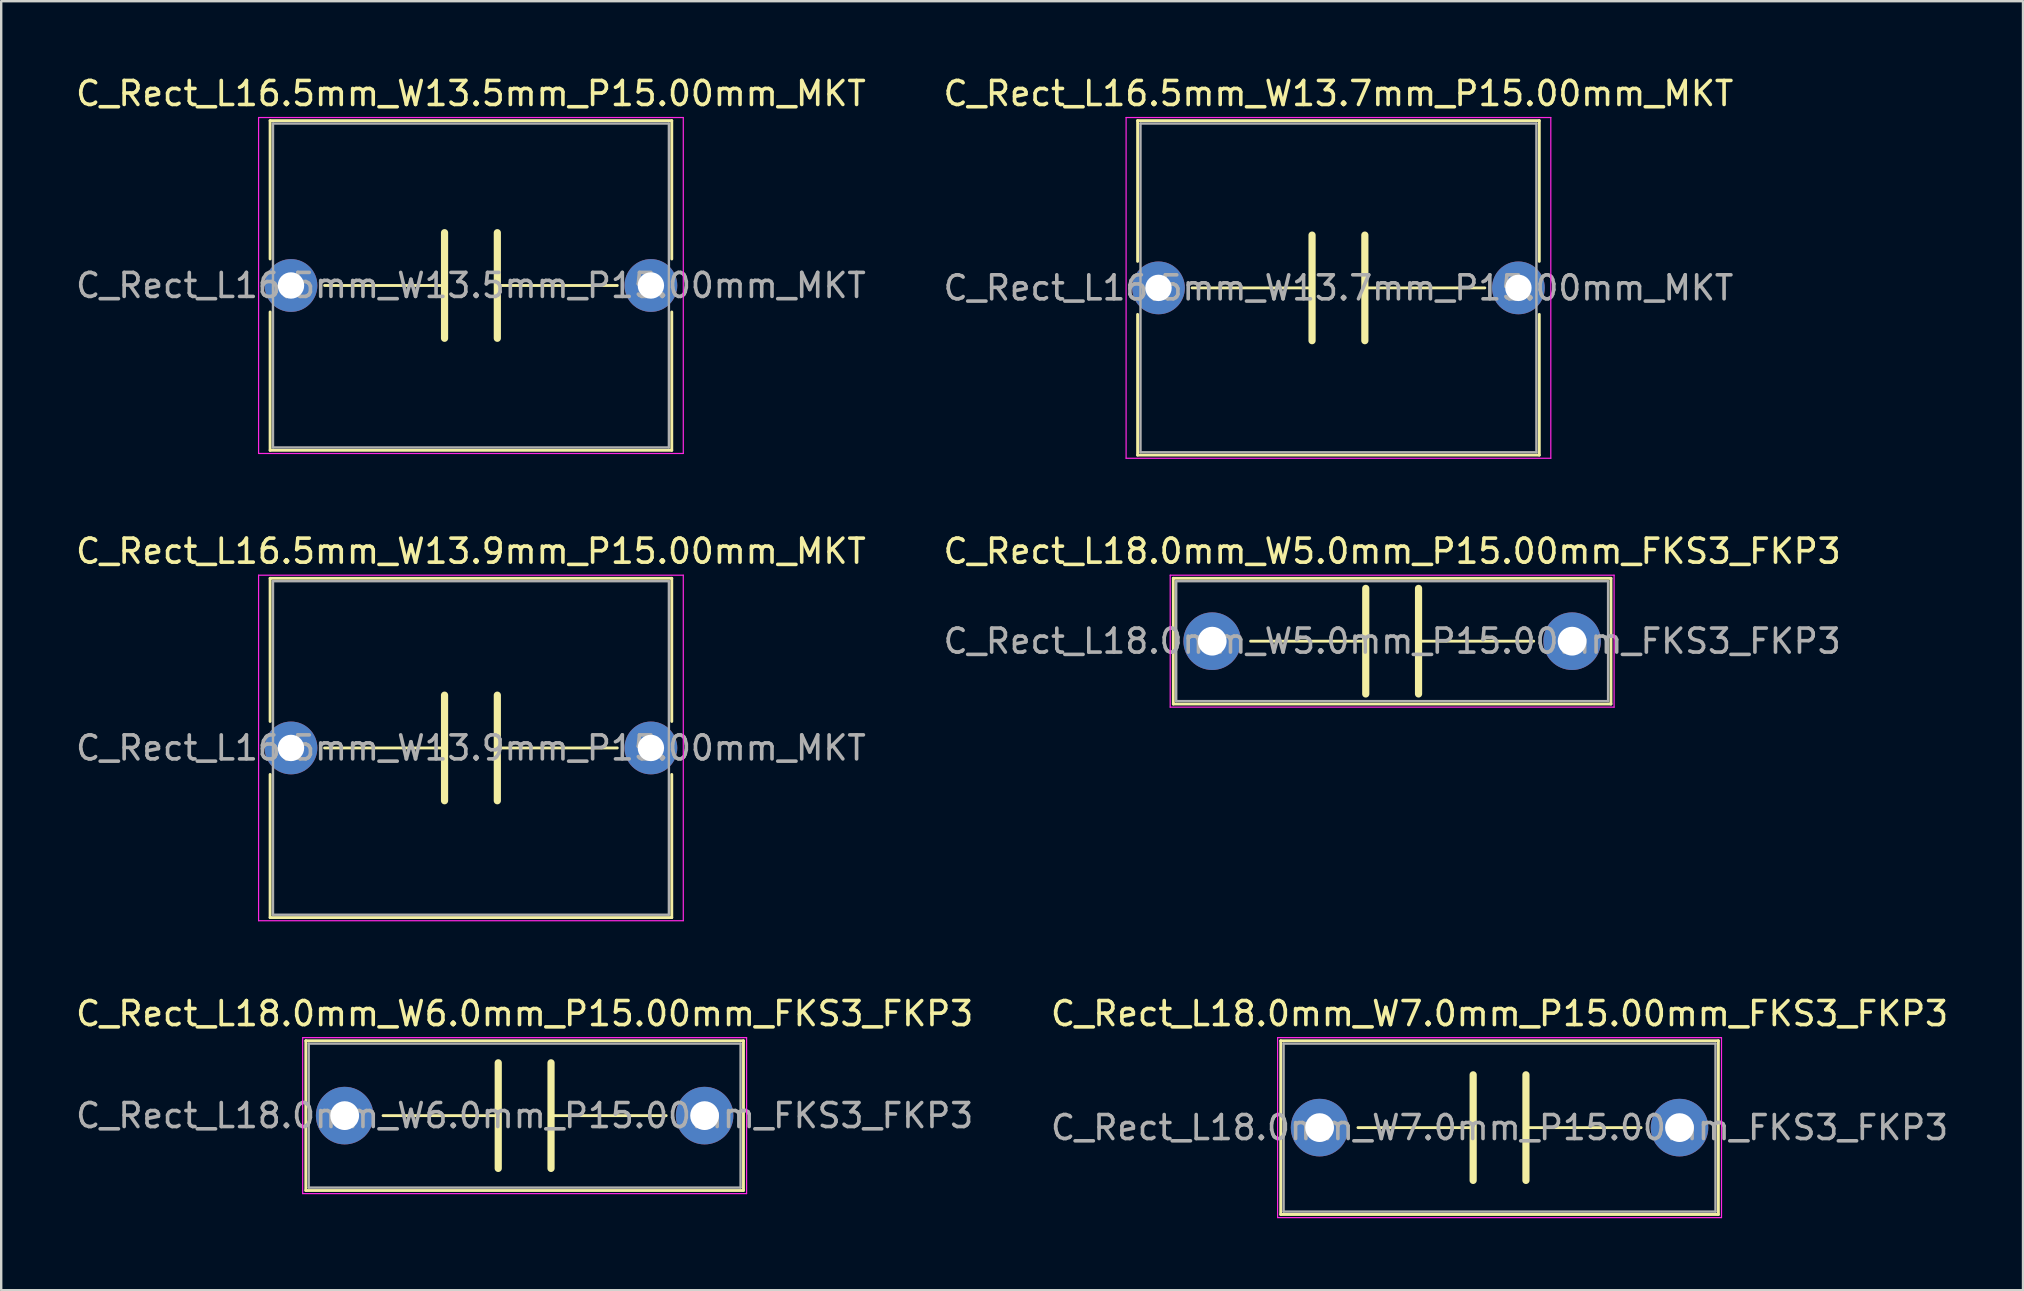
<source format=kicad_pcb>
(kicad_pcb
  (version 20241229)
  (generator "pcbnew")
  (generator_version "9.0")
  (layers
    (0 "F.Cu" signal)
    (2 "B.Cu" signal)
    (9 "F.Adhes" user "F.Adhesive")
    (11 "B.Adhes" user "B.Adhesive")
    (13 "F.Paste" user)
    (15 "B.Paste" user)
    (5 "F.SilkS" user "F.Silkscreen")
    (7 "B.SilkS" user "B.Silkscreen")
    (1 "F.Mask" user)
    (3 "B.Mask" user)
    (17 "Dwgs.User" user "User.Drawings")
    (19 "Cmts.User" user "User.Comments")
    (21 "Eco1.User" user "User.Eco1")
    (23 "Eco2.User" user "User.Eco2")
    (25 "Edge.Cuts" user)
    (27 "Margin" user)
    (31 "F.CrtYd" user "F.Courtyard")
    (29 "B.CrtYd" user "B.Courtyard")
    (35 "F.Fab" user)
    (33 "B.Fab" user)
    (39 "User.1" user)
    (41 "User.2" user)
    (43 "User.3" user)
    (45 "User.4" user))
  (footprint "C_Rect_L18.0mm_W6.0mm_P15.00mm_FKS3_FKP3"
    (layer "F.Cu")
    (at 11.315 43.445)
    (property "Reference" "C_Rect_L18.0mm_W6.0mm_P15.00mm_FKS3_FKP3" (at 7.5 -4.25 0) (layer "F.SilkS") (effects (font (size 1 1) (thickness 0.15))))
    (attr through_hole)
    (fp_line (start -1.62 -3.12) (end -1.62 3.12) (stroke (width 0.12) (type solid)) (layer "F.SilkS"))
    (fp_line (start -1.62 -3.12) (end 16.62 -3.12) (stroke (width 0.12) (type solid)) (layer "F.SilkS"))
    (fp_line (start -1.62 3.12) (end 16.62 3.12) (stroke (width 0.12) (type solid)) (layer "F.SilkS"))
    (fp_line (start 1.6 0) (end 6.4 0) (stroke (width 0.12) (type solid)) (layer "F.SilkS"))
    (fp_line (start 6.4 -2.2) (end 6.4 2.2) (stroke (width 0.3) (type solid)) (layer "F.SilkS"))
    (fp_line (start 8.6 -2.2) (end 8.6 2.2) (stroke (width 0.3) (type solid)) (layer "F.SilkS"))
    (fp_line (start 8.6 0) (end 13.4 0) (stroke (width 0.12) (type solid)) (layer "F.SilkS"))
    (fp_line (start 16.62 -3.12) (end 16.62 3.12) (stroke (width 0.12) (type solid)) (layer "F.SilkS"))
    (fp_line (start -1.75 -3.25) (end -1.75 3.25) (stroke (width 0.05) (type solid)) (layer "F.CrtYd"))
    (fp_line (start -1.75 3.25) (end 16.75 3.25) (stroke (width 0.05) (type solid)) (layer "F.CrtYd"))
    (fp_line (start 16.75 -3.25) (end -1.75 -3.25) (stroke (width 0.05) (type solid)) (layer "F.CrtYd"))
    (fp_line (start 16.75 3.25) (end 16.75 -3.25) (stroke (width 0.05) (type solid)) (layer "F.CrtYd"))
    (fp_line (start -1.5 -3) (end -1.5 3) (stroke (width 0.1) (type solid)) (layer "F.Fab"))
    (fp_line (start -1.5 3) (end 16.5 3) (stroke (width 0.1) (type solid)) (layer "F.Fab"))
    (fp_line (start 16.5 -3) (end -1.5 -3) (stroke (width 0.1) (type solid)) (layer "F.Fab"))
    (fp_line (start 16.5 3) (end 16.5 -3) (stroke (width 0.1) (type solid)) (layer "F.Fab"))
    (fp_text user "${REFERENCE}" (at 7.5 0 0) (layer "F.Fab") (effects (font (size 1 1) (thickness 0.15))))
    (pad "1" thru_hole circle (at 0 0) (size 2.4 2.4) (drill 1.2) (layers "*.Cu" "*.Mask"))
    (pad "2" thru_hole circle (at 15 0) (size 2.4 2.4) (drill 1.2) (layers "*.Cu" "*.Mask")))
  (footprint "C_Rect_L16.5mm_W13.7mm_P15.00mm_MKT"
    (layer "F.Cu")
    (at 45.232 8.948)
    (property "Reference" "C_Rect_L16.5mm_W13.7mm_P15.00mm_MKT" (at 7.5 -8.1 0) (layer "F.SilkS") (effects (font (size 1 1) (thickness 0.15))))
    (attr through_hole)
    (fp_line (start -0.87 -6.97) (end -0.87 -1.104) (stroke (width 0.12) (type solid)) (layer "F.SilkS"))
    (fp_line (start -0.87 -6.97) (end 15.87 -6.97) (stroke (width 0.12) (type solid)) (layer "F.SilkS"))
    (fp_line (start -0.87 1.104) (end -0.87 6.97) (stroke (width 0.12) (type solid)) (layer "F.SilkS"))
    (fp_line (start -0.87 6.97) (end 15.87 6.97) (stroke (width 0.12) (type solid)) (layer "F.SilkS"))
    (fp_line (start 1.4 0) (end 6.4 0) (stroke (width 0.12) (type solid)) (layer "F.SilkS"))
    (fp_line (start 6.4 -2.2) (end 6.4 2.2) (stroke (width 0.3) (type solid)) (layer "F.SilkS"))
    (fp_line (start 8.6 -2.2) (end 8.6 2.2) (stroke (width 0.3) (type solid)) (layer "F.SilkS"))
    (fp_line (start 8.6 0) (end 13.6 0) (stroke (width 0.12) (type solid)) (layer "F.SilkS"))
    (fp_line (start 15.87 -6.97) (end 15.87 -1.104) (stroke (width 0.12) (type solid)) (layer "F.SilkS"))
    (fp_line (start 15.87 1.104) (end 15.87 6.97) (stroke (width 0.12) (type solid)) (layer "F.SilkS"))
    (fp_line (start -1.35 -7.1) (end -1.35 7.1) (stroke (width 0.05) (type solid)) (layer "F.CrtYd"))
    (fp_line (start -1.35 7.1) (end 16.35 7.1) (stroke (width 0.05) (type solid)) (layer "F.CrtYd"))
    (fp_line (start 16.35 -7.1) (end -1.35 -7.1) (stroke (width 0.05) (type solid)) (layer "F.CrtYd"))
    (fp_line (start 16.35 7.1) (end 16.35 -7.1) (stroke (width 0.05) (type solid)) (layer "F.CrtYd"))
    (fp_line (start -0.75 -6.85) (end -0.75 6.85) (stroke (width 0.1) (type solid)) (layer "F.Fab"))
    (fp_line (start -0.75 6.85) (end 15.75 6.85) (stroke (width 0.1) (type solid)) (layer "F.Fab"))
    (fp_line (start 15.75 -6.85) (end -0.75 -6.85) (stroke (width 0.1) (type solid)) (layer "F.Fab"))
    (fp_line (start 15.75 6.85) (end 15.75 -6.85) (stroke (width 0.1) (type solid)) (layer "F.Fab"))
    (fp_text user "${REFERENCE}" (at 7.5 0 0) (layer "F.Fab") (effects (font (size 1 1) (thickness 0.15))))
    (pad "1" thru_hole circle (at 0 0) (size 2.2 2.2) (drill 1.1) (layers "*.Cu" "*.Mask"))
    (pad "2" thru_hole circle (at 15 0) (size 2.2 2.2) (drill 1.1) (layers "*.Cu" "*.Mask")))
  (footprint "C_Rect_L16.5mm_W13.9mm_P15.00mm_MKT"
    (layer "F.Cu")
    (at 9.077 28.122)
    (property "Reference" "C_Rect_L16.5mm_W13.9mm_P15.00mm_MKT" (at 7.5 -8.2 0) (layer "F.SilkS") (effects (font (size 1 1) (thickness 0.15))))
    (attr through_hole)
    (fp_line (start -0.87 -7.07) (end -0.87 -1.104) (stroke (width 0.12) (type solid)) (layer "F.SilkS"))
    (fp_line (start -0.87 -7.07) (end 15.87 -7.07) (stroke (width 0.12) (type solid)) (layer "F.SilkS"))
    (fp_line (start -0.87 1.104) (end -0.87 7.07) (stroke (width 0.12) (type solid)) (layer "F.SilkS"))
    (fp_line (start -0.87 7.07) (end 15.87 7.07) (stroke (width 0.12) (type solid)) (layer "F.SilkS"))
    (fp_line (start 1.4 0) (end 6.4 0) (stroke (width 0.12) (type solid)) (layer "F.SilkS"))
    (fp_line (start 6.4 -2.2) (end 6.4 2.2) (stroke (width 0.3) (type solid)) (layer "F.SilkS"))
    (fp_line (start 8.6 -2.2) (end 8.6 2.2) (stroke (width 0.3) (type solid)) (layer "F.SilkS"))
    (fp_line (start 8.6 0) (end 13.6 0) (stroke (width 0.12) (type solid)) (layer "F.SilkS"))
    (fp_line (start 15.87 -7.07) (end 15.87 -1.104) (stroke (width 0.12) (type solid)) (layer "F.SilkS"))
    (fp_line (start 15.87 1.104) (end 15.87 7.07) (stroke (width 0.12) (type solid)) (layer "F.SilkS"))
    (fp_line (start -1.35 -7.2) (end -1.35 7.2) (stroke (width 0.05) (type solid)) (layer "F.CrtYd"))
    (fp_line (start -1.35 7.2) (end 16.35 7.2) (stroke (width 0.05) (type solid)) (layer "F.CrtYd"))
    (fp_line (start 16.35 -7.2) (end -1.35 -7.2) (stroke (width 0.05) (type solid)) (layer "F.CrtYd"))
    (fp_line (start 16.35 7.2) (end 16.35 -7.2) (stroke (width 0.05) (type solid)) (layer "F.CrtYd"))
    (fp_line (start -0.75 -6.95) (end -0.75 6.95) (stroke (width 0.1) (type solid)) (layer "F.Fab"))
    (fp_line (start -0.75 6.95) (end 15.75 6.95) (stroke (width 0.1) (type solid)) (layer "F.Fab"))
    (fp_line (start 15.75 -6.95) (end -0.75 -6.95) (stroke (width 0.1) (type solid)) (layer "F.Fab"))
    (fp_line (start 15.75 6.95) (end 15.75 -6.95) (stroke (width 0.1) (type solid)) (layer "F.Fab"))
    (fp_text user "${REFERENCE}" (at 7.5 0 0) (layer "F.Fab") (effects (font (size 1 1) (thickness 0.15))))
    (pad "1" thru_hole circle (at 0 0) (size 2.2 2.2) (drill 1.1) (layers "*.Cu" "*.Mask"))
    (pad "2" thru_hole circle (at 15 0) (size 2.2 2.2) (drill 1.1) (layers "*.Cu" "*.Mask")))
  (footprint "C_Rect_L18.0mm_W7.0mm_P15.00mm_FKS3_FKP3"
    (layer "F.Cu")
    (at 51.946 43.945)
    (property "Reference" "C_Rect_L18.0mm_W7.0mm_P15.00mm_FKS3_FKP3" (at 7.5 -4.75 0) (layer "F.SilkS") (effects (font (size 1 1) (thickness 0.15))))
    (attr through_hole)
    (fp_line (start -1.62 -3.62) (end -1.62 3.62) (stroke (width 0.12) (type solid)) (layer "F.SilkS"))
    (fp_line (start -1.62 -3.62) (end 16.62 -3.62) (stroke (width 0.12) (type solid)) (layer "F.SilkS"))
    (fp_line (start -1.62 3.62) (end 16.62 3.62) (stroke (width 0.12) (type solid)) (layer "F.SilkS"))
    (fp_line (start 1.6 0) (end 6.4 0) (stroke (width 0.12) (type solid)) (layer "F.SilkS"))
    (fp_line (start 6.4 -2.2) (end 6.4 2.2) (stroke (width 0.3) (type solid)) (layer "F.SilkS"))
    (fp_line (start 8.6 -2.2) (end 8.6 2.2) (stroke (width 0.3) (type solid)) (layer "F.SilkS"))
    (fp_line (start 8.6 0) (end 13.4 0) (stroke (width 0.12) (type solid)) (layer "F.SilkS"))
    (fp_line (start 16.62 -3.62) (end 16.62 3.62) (stroke (width 0.12) (type solid)) (layer "F.SilkS"))
    (fp_line (start -1.75 -3.75) (end -1.75 3.75) (stroke (width 0.05) (type solid)) (layer "F.CrtYd"))
    (fp_line (start -1.75 3.75) (end 16.75 3.75) (stroke (width 0.05) (type solid)) (layer "F.CrtYd"))
    (fp_line (start 16.75 -3.75) (end -1.75 -3.75) (stroke (width 0.05) (type solid)) (layer "F.CrtYd"))
    (fp_line (start 16.75 3.75) (end 16.75 -3.75) (stroke (width 0.05) (type solid)) (layer "F.CrtYd"))
    (fp_line (start -1.5 -3.5) (end -1.5 3.5) (stroke (width 0.1) (type solid)) (layer "F.Fab"))
    (fp_line (start -1.5 3.5) (end 16.5 3.5) (stroke (width 0.1) (type solid)) (layer "F.Fab"))
    (fp_line (start 16.5 -3.5) (end -1.5 -3.5) (stroke (width 0.1) (type solid)) (layer "F.Fab"))
    (fp_line (start 16.5 3.5) (end 16.5 -3.5) (stroke (width 0.1) (type solid)) (layer "F.Fab"))
    (fp_text user "${REFERENCE}" (at 7.5 0 0) (layer "F.Fab") (effects (font (size 1 1) (thickness 0.15))))
    (pad "1" thru_hole circle (at 0 0) (size 2.4 2.4) (drill 1.2) (layers "*.Cu" "*.Mask"))
    (pad "2" thru_hole circle (at 15 0) (size 2.4 2.4) (drill 1.2) (layers "*.Cu" "*.Mask")))
  (footprint "C_Rect_L16.5mm_W13.5mm_P15.00mm_MKT"
    (layer "F.Cu")
    (at 9.077 8.848)
    (property "Reference" "C_Rect_L16.5mm_W13.5mm_P15.00mm_MKT" (at 7.5 -8 0) (layer "F.SilkS") (effects (font (size 1 1) (thickness 0.15))))
    (attr through_hole)
    (fp_line (start -0.87 -6.87) (end -0.87 -1.104) (stroke (width 0.12) (type solid)) (layer "F.SilkS"))
    (fp_line (start -0.87 -6.87) (end 15.87 -6.87) (stroke (width 0.12) (type solid)) (layer "F.SilkS"))
    (fp_line (start -0.87 1.104) (end -0.87 6.87) (stroke (width 0.12) (type solid)) (layer "F.SilkS"))
    (fp_line (start -0.87 6.87) (end 15.87 6.87) (stroke (width 0.12) (type solid)) (layer "F.SilkS"))
    (fp_line (start 1.4 0) (end 6.4 0) (stroke (width 0.12) (type solid)) (layer "F.SilkS"))
    (fp_line (start 6.4 -2.2) (end 6.4 2.2) (stroke (width 0.3) (type solid)) (layer "F.SilkS"))
    (fp_line (start 8.6 -2.2) (end 8.6 2.2) (stroke (width 0.3) (type solid)) (layer "F.SilkS"))
    (fp_line (start 8.6 0) (end 13.6 0) (stroke (width 0.12) (type solid)) (layer "F.SilkS"))
    (fp_line (start 15.87 -6.87) (end 15.87 -1.104) (stroke (width 0.12) (type solid)) (layer "F.SilkS"))
    (fp_line (start 15.87 1.104) (end 15.87 6.87) (stroke (width 0.12) (type solid)) (layer "F.SilkS"))
    (fp_line (start -1.35 -7) (end -1.35 7) (stroke (width 0.05) (type solid)) (layer "F.CrtYd"))
    (fp_line (start -1.35 7) (end 16.35 7) (stroke (width 0.05) (type solid)) (layer "F.CrtYd"))
    (fp_line (start 16.35 -7) (end -1.35 -7) (stroke (width 0.05) (type solid)) (layer "F.CrtYd"))
    (fp_line (start 16.35 7) (end 16.35 -7) (stroke (width 0.05) (type solid)) (layer "F.CrtYd"))
    (fp_line (start -0.75 -6.75) (end -0.75 6.75) (stroke (width 0.1) (type solid)) (layer "F.Fab"))
    (fp_line (start -0.75 6.75) (end 15.75 6.75) (stroke (width 0.1) (type solid)) (layer "F.Fab"))
    (fp_line (start 15.75 -6.75) (end -0.75 -6.75) (stroke (width 0.1) (type solid)) (layer "F.Fab"))
    (fp_line (start 15.75 6.75) (end 15.75 -6.75) (stroke (width 0.1) (type solid)) (layer "F.Fab"))
    (fp_text user "${REFERENCE}" (at 7.5 0 0) (layer "F.Fab") (effects (font (size 1 1) (thickness 0.15))))
    (pad "1" thru_hole circle (at 0 0) (size 2.2 2.2) (drill 1.1) (layers "*.Cu" "*.Mask"))
    (pad "2" thru_hole circle (at 15 0) (size 2.2 2.2) (drill 1.1) (layers "*.Cu" "*.Mask")))
  (footprint "C_Rect_L18.0mm_W5.0mm_P15.00mm_FKS3_FKP3"
    (layer "F.Cu")
    (at 47.47 23.672)
    (property "Reference" "C_Rect_L18.0mm_W5.0mm_P15.00mm_FKS3_FKP3" (at 7.5 -3.75 0) (layer "F.SilkS") (effects (font (size 1 1) (thickness 0.15))))
    (attr through_hole)
    (fp_line (start -1.62 -2.62) (end -1.62 2.62) (stroke (width 0.12) (type solid)) (layer "F.SilkS"))
    (fp_line (start -1.62 -2.62) (end 16.62 -2.62) (stroke (width 0.12) (type solid)) (layer "F.SilkS"))
    (fp_line (start -1.62 2.62) (end 16.62 2.62) (stroke (width 0.12) (type solid)) (layer "F.SilkS"))
    (fp_line (start 1.6 0) (end 6.4 0) (stroke (width 0.12) (type solid)) (layer "F.SilkS"))
    (fp_line (start 6.4 -2.2) (end 6.4 2.2) (stroke (width 0.3) (type solid)) (layer "F.SilkS"))
    (fp_line (start 8.6 -2.2) (end 8.6 2.2) (stroke (width 0.3) (type solid)) (layer "F.SilkS"))
    (fp_line (start 8.6 0) (end 13.4 0) (stroke (width 0.12) (type solid)) (layer "F.SilkS"))
    (fp_line (start 16.62 -2.62) (end 16.62 2.62) (stroke (width 0.12) (type solid)) (layer "F.SilkS"))
    (fp_line (start -1.75 -2.75) (end -1.75 2.75) (stroke (width 0.05) (type solid)) (layer "F.CrtYd"))
    (fp_line (start -1.75 2.75) (end 16.75 2.75) (stroke (width 0.05) (type solid)) (layer "F.CrtYd"))
    (fp_line (start 16.75 -2.75) (end -1.75 -2.75) (stroke (width 0.05) (type solid)) (layer "F.CrtYd"))
    (fp_line (start 16.75 2.75) (end 16.75 -2.75) (stroke (width 0.05) (type solid)) (layer "F.CrtYd"))
    (fp_line (start -1.5 -2.5) (end -1.5 2.5) (stroke (width 0.1) (type solid)) (layer "F.Fab"))
    (fp_line (start -1.5 2.5) (end 16.5 2.5) (stroke (width 0.1) (type solid)) (layer "F.Fab"))
    (fp_line (start 16.5 -2.5) (end -1.5 -2.5) (stroke (width 0.1) (type solid)) (layer "F.Fab"))
    (fp_line (start 16.5 2.5) (end 16.5 -2.5) (stroke (width 0.1) (type solid)) (layer "F.Fab"))
    (fp_text user "${REFERENCE}" (at 7.5 0 0) (layer "F.Fab") (effects (font (size 1 1) (thickness 0.15))))
    (pad "1" thru_hole circle (at 0 0) (size 2.4 2.4) (drill 1.2) (layers "*.Cu" "*.Mask"))
    (pad "2" thru_hole circle (at 15 0) (size 2.4 2.4) (drill 1.2) (layers "*.Cu" "*.Mask")))
  (gr_rect
    (start -3 -3)
    (end 81.262 50.72)
    (stroke (width 0.1) (type default))
    (fill no)
    (layer "Edge.Cuts")))
</source>
